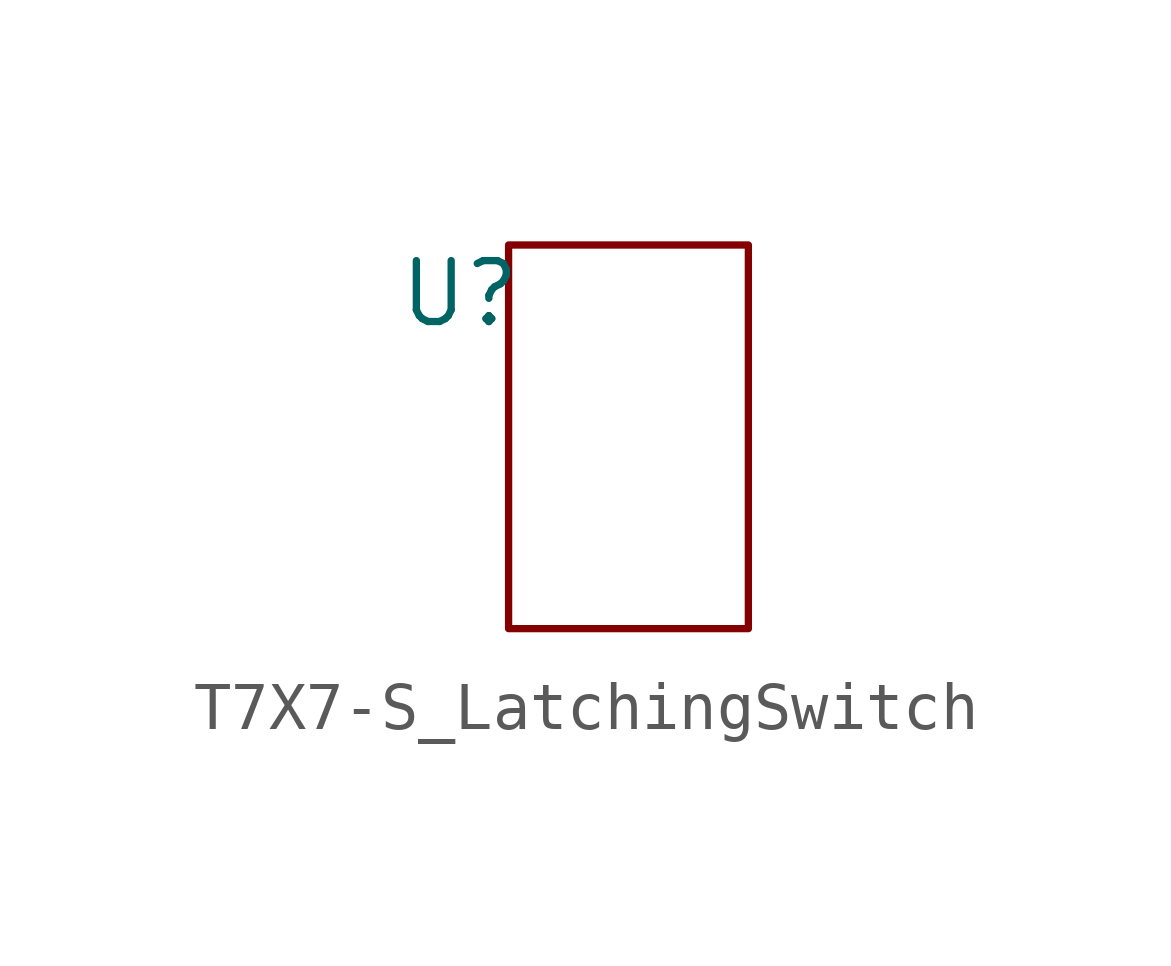
<source format=kicad_sym>
(kicad_symbol_lib
  (version 20231120)
  (generator "kicad_symbol_editor")
  (generator_version "8.0")
  (symbol "T7X7-S_LatchingSwitch"
    (property "Reference" "U"
      (at -1.016 -1.016 0)
      (effects (font (size 1.27 1.27))))
    (property "Value" ""
      (at 0 0 0)
      (effects (font (size 1.27 1.27))))
    (symbol "T7X7-S_LatchingSwitch_0_1"
      (rectangle (start 0 0) (end 5 -8) (stroke (width 0) (type default)) (fill (type none))))))
</source>
